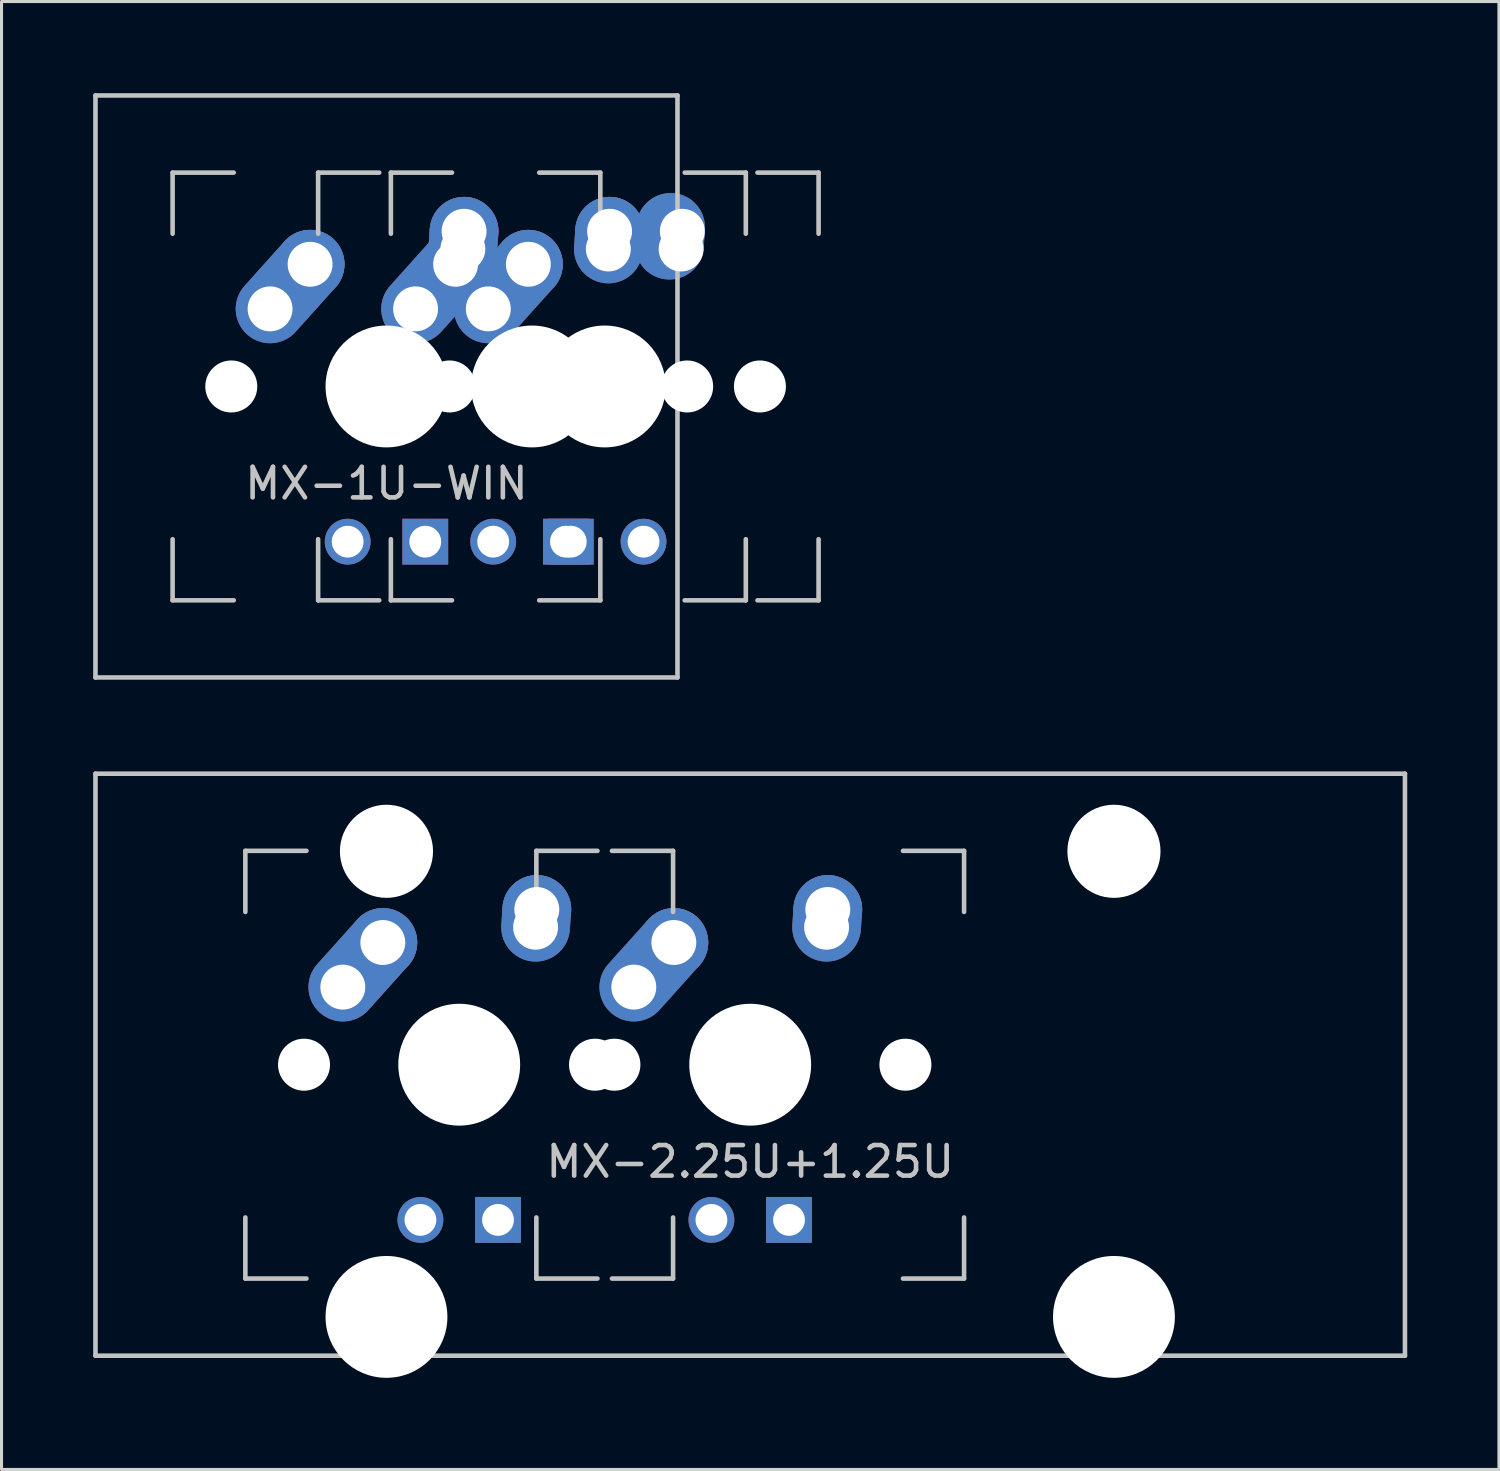
<source format=kicad_pcb>
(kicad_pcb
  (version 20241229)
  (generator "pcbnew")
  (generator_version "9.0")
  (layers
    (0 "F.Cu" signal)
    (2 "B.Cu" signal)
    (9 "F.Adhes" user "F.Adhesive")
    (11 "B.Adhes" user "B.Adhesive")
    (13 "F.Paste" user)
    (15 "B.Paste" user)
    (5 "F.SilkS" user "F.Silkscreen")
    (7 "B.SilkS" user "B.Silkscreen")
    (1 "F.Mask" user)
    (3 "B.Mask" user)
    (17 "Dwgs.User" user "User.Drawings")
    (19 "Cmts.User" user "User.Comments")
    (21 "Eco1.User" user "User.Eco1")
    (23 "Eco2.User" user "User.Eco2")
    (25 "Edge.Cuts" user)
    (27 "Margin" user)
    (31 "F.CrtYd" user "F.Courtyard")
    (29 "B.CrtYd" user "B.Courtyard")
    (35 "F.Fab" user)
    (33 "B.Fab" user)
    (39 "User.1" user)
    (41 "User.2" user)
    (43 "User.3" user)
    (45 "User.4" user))
  (footprint "MX-2.25U+1.25U"
    (layer "F.Cu")
    (at 21.506 31.8)
    (property "Reference" "MX-2.25U+1.25U" (at 0 3.175 0) (layer "Dwgs.User") (effects (font (size 1 1) (thickness 0.15))))
    (attr through_hole)
    (fp_line (start -21.431 -9.525) (end 21.431 -9.525) (stroke (width 0.15) (type solid)) (layer "Dwgs.User"))
    (fp_line (start -21.431 9.525) (end -21.431 -9.525) (stroke (width 0.15) (type solid)) (layer "Dwgs.User"))
    (fp_line (start -21.431 9.525) (end 21.431 9.525) (stroke (width 0.15) (type solid)) (layer "Dwgs.User"))
    (fp_line (start -16.525 -7) (end -16.525 -5) (stroke (width 0.15) (type solid)) (layer "Dwgs.User"))
    (fp_line (start -16.525 5) (end -16.525 7) (stroke (width 0.15) (type solid)) (layer "Dwgs.User"))
    (fp_line (start -16.525 7) (end -14.525 7) (stroke (width 0.15) (type solid)) (layer "Dwgs.User"))
    (fp_line (start -14.525 -7) (end -16.525 -7) (stroke (width 0.15) (type solid)) (layer "Dwgs.User"))
    (fp_line (start -7 -7) (end -7 -5) (stroke (width 0.15) (type solid)) (layer "Dwgs.User"))
    (fp_line (start -7 5) (end -7 7) (stroke (width 0.15) (type solid)) (layer "Dwgs.User"))
    (fp_line (start -7 7) (end -5 7) (stroke (width 0.15) (type solid)) (layer "Dwgs.User"))
    (fp_line (start -5 -7) (end -7 -7) (stroke (width 0.15) (type solid)) (layer "Dwgs.User"))
    (fp_line (start -4.525 -7) (end -2.525 -7) (stroke (width 0.15) (type solid)) (layer "Dwgs.User"))
    (fp_line (start -4.525 7) (end -2.525 7) (stroke (width 0.15) (type solid)) (layer "Dwgs.User"))
    (fp_line (start -2.525 -7) (end -2.525 -5) (stroke (width 0.15) (type solid)) (layer "Dwgs.User"))
    (fp_line (start -2.525 7) (end -2.525 5) (stroke (width 0.15) (type solid)) (layer "Dwgs.User"))
    (fp_line (start 5 -7) (end 7 -7) (stroke (width 0.15) (type solid)) (layer "Dwgs.User"))
    (fp_line (start 5 7) (end 7 7) (stroke (width 0.15) (type solid)) (layer "Dwgs.User"))
    (fp_line (start 7 -7) (end 7 -5) (stroke (width 0.15) (type solid)) (layer "Dwgs.User"))
    (fp_line (start 7 7) (end 7 5) (stroke (width 0.15) (type solid)) (layer "Dwgs.User"))
    (fp_line (start 21.431 -9.525) (end 21.431 9.525) (stroke (width 0.15) (type solid)) (layer "Dwgs.User"))
    (pad "" np_thru_hole circle (at -14.605 0 48.1) (size 1.702 1.702) (drill 1.702) (layers "*.Cu" "*.Mask"))
    (pad "" np_thru_hole circle (at -11.906 -6.985) (size 3.048 3.048) (drill 3.048) (layers "*.Cu" "*.Mask"))
    (pad "" np_thru_hole circle (at -11.906 8.255) (size 3.988 3.988) (drill 3.988) (layers "*.Cu" "*.Mask"))
    (pad "" np_thru_hole circle (at -9.525 0) (size 3.988 3.988) (drill 3.988) (layers "*.Cu" "*.Mask"))
    (pad "" np_thru_hole circle (at -5.08 0 48.1) (size 1.702 1.702) (drill 1.702) (layers "*.Cu" "*.Mask"))
    (pad "" np_thru_hole circle (at -4.445 0 48.1) (size 1.702 1.702) (drill 1.702) (layers "*.Cu" "*.Mask"))
    (pad "" np_thru_hole circle (at 0 0) (size 3.988 3.988) (drill 3.988) (layers "*.Cu" "*.Mask"))
    (pad "" np_thru_hole circle (at 5.08 0 48.1) (size 1.702 1.702) (drill 1.702) (layers "*.Cu" "*.Mask"))
    (pad "" np_thru_hole circle (at 11.906 -6.985) (size 3.048 3.048) (drill 3.048) (layers "*.Cu" "*.Mask"))
    (pad "" np_thru_hole circle (at 11.906 8.255) (size 3.988 3.988) (drill 3.988) (layers "*.Cu" "*.Mask"))
    (pad "1" thru_hole oval (at -7.025 -4.5 86.055) (size 2.831 2.25) (drill 1.47 (offset 0.291 0)) (layers "*.Cu" "*.Mask"))
    (pad "1" thru_hole circle (at -6.985 -5.08) (size 2.25 2.25) (drill 1.47) (layers "*.Cu" "*.Mask"))
    (pad "1" thru_hole oval (at 2.5 -4.5 86.055) (size 2.831 2.25) (drill 1.47 (offset 0.291 0)) (layers "*.Cu" "*.Mask"))
    (pad "1" thru_hole circle (at 2.54 -5.08) (size 2.25 2.25) (drill 1.47) (layers "*.Cu" "*.Mask"))
    (pad "2" thru_hole oval (at -13.335 -2.54 48.1) (size 4.212 2.25) (drill 1.47 (offset 0.981 0)) (layers "*.Cu" "*.Mask"))
    (pad "2" thru_hole circle (at -12.025 -4) (size 2.25 2.25) (drill 1.47) (layers "*.Cu" "*.Mask"))
    (pad "2" thru_hole oval (at -3.81 -2.54 48.1) (size 4.212 2.25) (drill 1.47 (offset 0.981 0)) (layers "*.Cu" "*.Mask"))
    (pad "2" thru_hole circle (at -2.5 -4) (size 2.25 2.25) (drill 1.47) (layers "*.Cu" "*.Mask"))
    (pad "3" thru_hole circle (at -10.795 5.08) (size 1.5 1.5) (drill 1.04) (layers "*.Cu" "*.Mask"))
    (pad "3" thru_hole circle (at -1.27 5.08) (size 1.5 1.5) (drill 1.04) (layers "*.Cu" "*.Mask"))
    (pad "4" thru_hole rect (at -8.255 5.08) (size 1.5 1.5) (drill 1.04) (layers "*.Cu" "*.Mask"))
    (pad "4" thru_hole rect (at 1.27 5.08) (size 1.5 1.5) (drill 1.04) (layers "*.Cu" "*.Mask")))
  (footprint "MX-1U-WIN"
    (layer "F.Cu")
    (at 9.6 9.6)
    (property "Reference" "MX-1U-WIN" (at 0 3.175 0) (layer "Dwgs.User") (effects (font (size 1 1) (thickness 0.15))))
    (attr through_hole)
    (fp_line (start -9.525 -9.525) (end 9.525 -9.525) (stroke (width 0.15) (type solid)) (layer "Dwgs.User"))
    (fp_line (start -9.525 9.525) (end -9.525 -9.525) (stroke (width 0.15) (type solid)) (layer "Dwgs.User"))
    (fp_line (start -7 -7) (end -7 -5) (stroke (width 0.15) (type solid)) (layer "Dwgs.User"))
    (fp_line (start -7 5) (end -7 7) (stroke (width 0.15) (type solid)) (layer "Dwgs.User"))
    (fp_line (start -7 7) (end -5 7) (stroke (width 0.15) (type solid)) (layer "Dwgs.User"))
    (fp_line (start -5 -7) (end -7 -7) (stroke (width 0.15) (type solid)) (layer "Dwgs.User"))
    (fp_line (start -2.237 -7) (end -2.237 -5) (stroke (width 0.15) (type solid)) (layer "Dwgs.User"))
    (fp_line (start -2.237 5) (end -2.237 7) (stroke (width 0.15) (type solid)) (layer "Dwgs.User"))
    (fp_line (start -2.237 7) (end -0.237 7) (stroke (width 0.15) (type solid)) (layer "Dwgs.User"))
    (fp_line (start -0.237 -7) (end -2.237 -7) (stroke (width 0.15) (type solid)) (layer "Dwgs.User"))
    (fp_line (start 0.144 -7) (end 0.144 -5) (stroke (width 0.15) (type solid)) (layer "Dwgs.User"))
    (fp_line (start 0.144 5) (end 0.144 7) (stroke (width 0.15) (type solid)) (layer "Dwgs.User"))
    (fp_line (start 0.144 7) (end 2.144 7) (stroke (width 0.15) (type solid)) (layer "Dwgs.User"))
    (fp_line (start 2.144 -7) (end 0.144 -7) (stroke (width 0.15) (type solid)) (layer "Dwgs.User"))
    (fp_line (start 5 -7) (end 7 -7) (stroke (width 0.15) (type solid)) (layer "Dwgs.User"))
    (fp_line (start 5 7) (end 7 7) (stroke (width 0.15) (type solid)) (layer "Dwgs.User"))
    (fp_line (start 7 -7) (end 7 -5) (stroke (width 0.15) (type solid)) (layer "Dwgs.User"))
    (fp_line (start 7 7) (end 7 5) (stroke (width 0.15) (type solid)) (layer "Dwgs.User"))
    (fp_line (start 9.525 -9.525) (end 9.525 9.525) (stroke (width 0.15) (type solid)) (layer "Dwgs.User"))
    (fp_line (start 9.525 9.525) (end -9.525 9.525) (stroke (width 0.15) (type solid)) (layer "Dwgs.User"))
    (fp_line (start 9.762 -7) (end 11.762 -7) (stroke (width 0.15) (type solid)) (layer "Dwgs.User"))
    (fp_line (start 9.762 7) (end 11.762 7) (stroke (width 0.15) (type solid)) (layer "Dwgs.User"))
    (fp_line (start 11.762 -7) (end 11.762 -5) (stroke (width 0.15) (type solid)) (layer "Dwgs.User"))
    (fp_line (start 11.762 7) (end 11.762 5) (stroke (width 0.15) (type solid)) (layer "Dwgs.User"))
    (fp_line (start 12.144 -7) (end 14.144 -7) (stroke (width 0.15) (type solid)) (layer "Dwgs.User"))
    (fp_line (start 12.144 7) (end 14.144 7) (stroke (width 0.15) (type solid)) (layer "Dwgs.User"))
    (fp_line (start 14.144 -7) (end 14.144 -5) (stroke (width 0.15) (type solid)) (layer "Dwgs.User"))
    (fp_line (start 14.144 7) (end 14.144 5) (stroke (width 0.15) (type solid)) (layer "Dwgs.User"))
    (pad "" np_thru_hole circle (at -5.08 0 48.1) (size 1.702 1.702) (drill 1.702) (layers "*.Cu" "*.Mask"))
    (pad "" np_thru_hole circle (at -0.318 0 48.1) (size 1.702 1.702) (drill 1.702) (layers "*.Cu" "*.Mask"))
    (pad "" np_thru_hole circle (at 0 0) (size 3.988 3.988) (drill 3.988) (layers "*.Cu" "*.Mask"))
    (pad "" np_thru_hole circle (at 2.064 0 48.1) (size 1.702 1.702) (drill 1.702) (layers "*.Cu" "*.Mask"))
    (pad "" np_thru_hole circle (at 4.763 0) (size 3.988 3.988) (drill 3.988) (layers "*.Cu" "*.Mask"))
    (pad "" np_thru_hole circle (at 5.08 0 48.1) (size 1.702 1.702) (drill 1.702) (layers "*.Cu" "*.Mask"))
    (pad "" np_thru_hole circle (at 7.144 0) (size 3.988 3.988) (drill 3.988) (layers "*.Cu" "*.Mask"))
    (pad "" np_thru_hole circle (at 9.842 0 48.1) (size 1.702 1.702) (drill 1.702) (layers "*.Cu" "*.Mask"))
    (pad "" np_thru_hole circle (at 12.224 0 48.1) (size 1.702 1.702) (drill 1.702) (layers "*.Cu" "*.Mask"))
    (pad "1" thru_hole oval (at 0.953 -2.54 48.1) (size 4.212 2.25) (drill 1.47 (offset 0.981 0)) (layers "*.Cu" "*.Mask"))
    (pad "1" thru_hole circle (at 2.263 -4) (size 2.25 2.25) (drill 1.47) (layers "*.Cu" "*.Mask"))
    (pad "1" thru_hole oval (at 2.5 -4.5 86.055) (size 2.831 2.25) (drill 1.47 (offset 0.291 0)) (layers "*.Cu" "*.Mask"))
    (pad "1" thru_hole circle (at 2.54 -5.08) (size 2.25 2.25) (drill 1.47) (layers "*.Cu" "*.Mask"))
    (pad "1" thru_hole oval (at 3.334 -2.54 48.1) (size 4.212 2.25) (drill 1.47 (offset 0.981 0)) (layers "*.Cu" "*.Mask"))
    (pad "1" thru_hole circle (at 4.644 -4) (size 2.25 2.25) (drill 1.47) (layers "*.Cu" "*.Mask"))
    (pad "2" thru_hole oval (at -3.81 -2.54 48.1) (size 4.212 2.25) (drill 1.47 (offset 0.981 0)) (layers "*.Cu" "*.Mask"))
    (pad "2" thru_hole circle (at -2.5 -4) (size 2.25 2.25) (drill 1.47) (layers "*.Cu" "*.Mask"))
    (pad "2" thru_hole oval (at 7.263 -4.5 86.055) (size 2.831 2.25) (drill 1.47 (offset 0.291 0)) (layers "*.Cu" "*.Mask"))
    (pad "2" thru_hole circle (at 7.303 -5.08) (size 2.25 2.25) (drill 1.47) (layers "*.Cu" "*.Mask"))
    (pad "2" thru_hole oval (at 9.644 -4.5 86.055) (size 2.831 2.25) (drill 1.47 (offset 0.39 -0.39)) (layers "*.Cu" "*.Mask"))
    (pad "2" thru_hole oval (at 9.684 -5.08) (size 2.25 2.25) (drill 1.47 (offset -0.39 0)) (layers "*.Cu" "*.Mask"))
    (pad "3" thru_hole circle (at -1.27 5.08) (size 1.5 1.5) (drill 1.04) (layers "*.Cu" "*.Mask"))
    (pad "3" thru_hole circle (at 3.493 5.08) (size 1.5 1.5) (drill 1.04) (layers "*.Cu" "*.Mask"))
    (pad "3" thru_hole circle (at 8.414 5.08) (size 1.5 1.5) (drill 1.04) (layers "*.Cu" "*.Mask"))
    (pad "4" thru_hole rect (at 1.27 5.08) (size 1.5 1.5) (drill 1.04) (layers "*.Cu" "*.Mask"))
    (pad "4" thru_hole rect (at 5.874 5.08) (size 1.5 1.5) (drill 1.04) (layers "*.Cu" "*.Mask"))
    (pad "4" thru_hole rect (at 6.032 5.08) (size 1.5 1.5) (drill 1.04) (layers "*.Cu" "*.Mask")))
  (gr_rect
    (start -3 -3)
    (end 46.013 45.049)
    (stroke (width 0.1) (type default))
    (fill no)
    (layer "Edge.Cuts")))
</source>
